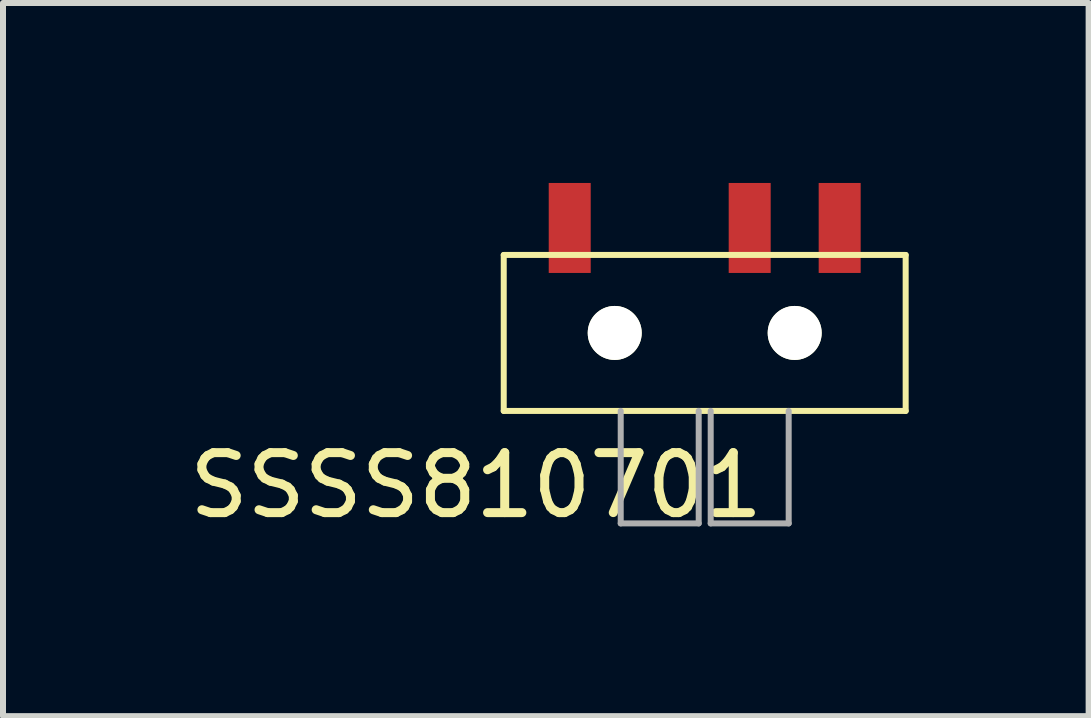
<source format=kicad_pcb>
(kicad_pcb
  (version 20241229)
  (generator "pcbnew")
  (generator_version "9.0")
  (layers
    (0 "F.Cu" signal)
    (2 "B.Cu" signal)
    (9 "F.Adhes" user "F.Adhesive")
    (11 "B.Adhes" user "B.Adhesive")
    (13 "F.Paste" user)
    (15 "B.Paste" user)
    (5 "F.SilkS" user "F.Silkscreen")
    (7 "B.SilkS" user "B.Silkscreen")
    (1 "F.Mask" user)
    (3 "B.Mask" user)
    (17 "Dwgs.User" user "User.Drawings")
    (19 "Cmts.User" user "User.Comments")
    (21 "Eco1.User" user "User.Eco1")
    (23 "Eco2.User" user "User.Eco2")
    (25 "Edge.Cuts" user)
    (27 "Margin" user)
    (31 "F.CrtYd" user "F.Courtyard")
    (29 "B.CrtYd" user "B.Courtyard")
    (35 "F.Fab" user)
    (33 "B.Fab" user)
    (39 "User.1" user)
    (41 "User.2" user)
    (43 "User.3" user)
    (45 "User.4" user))
  (footprint "SSSS810701"
    (layer "F.Cu")
    (at 8.697 2.5)
    (property "Reference" "SSSS810701" (at -3.81 2.54 0) (layer "F.SilkS") (effects (font (size 1 1) (thickness 0.15))))
    (attr through_hole)
    (fp_line (start -3.35 -1.3) (end 3.35 -1.3) (stroke (width 0.1) (type solid)) (layer "F.SilkS"))
    (fp_line (start -3.35 1.3) (end -3.35 -1.3) (stroke (width 0.1) (type solid)) (layer "F.SilkS"))
    (fp_line (start -3.35 1.3) (end 3.35 1.3) (stroke (width 0.1) (type solid)) (layer "F.SilkS"))
    (fp_line (start 3.35 1.3) (end 3.35 -1.3) (stroke (width 0.1) (type solid)) (layer "F.SilkS"))
    (fp_line (start -1.4 1.3) (end -1.4 3.175) (stroke (width 0.1) (type solid)) (layer "F.Fab"))
    (fp_line (start -1.4 3.175) (end -0.1 3.175) (stroke (width 0.1) (type solid)) (layer "F.Fab"))
    (fp_line (start -0.1 3.175) (end -0.1 1.3) (stroke (width 0.1) (type solid)) (layer "F.Fab"))
    (fp_line (start 0.1 1.3) (end 0.1 3.175) (stroke (width 0.1) (type solid)) (layer "F.Fab"))
    (fp_line (start 0.1 3.175) (end 1.4 3.175) (stroke (width 0.1) (type solid)) (layer "F.Fab"))
    (fp_line (start 1.4 3.175) (end 1.4 1.3) (stroke (width 0.1) (type solid)) (layer "F.Fab"))
    (pad "" np_thru_hole circle (at -1.5 0) (size 0.9 0.9) (drill 0.9) (layers "*.Cu" "*.Mask" "F.SilkS"))
    (pad "" np_thru_hole circle (at 1.5 0) (size 0.9 0.9) (drill 0.9) (layers "*.Cu" "*.Mask" "F.SilkS"))
    (pad "1" smd rect (at -2.25 -1.75) (size 0.7 1.5) (layers "F.Cu" "F.Mask" "F.Paste"))
    (pad "2" smd rect (at 0.75 -1.75) (size 0.7 1.5) (layers "F.Cu" "F.Mask" "F.Paste"))
    (pad "3" smd rect (at 2.25 -1.75) (size 0.7 1.5) (layers "F.Cu" "F.Mask" "F.Paste")))
  (gr_rect
    (start -3 -3)
    (end 15.097 8.888)
    (stroke (width 0.1) (type default))
    (fill no)
    (layer "Edge.Cuts")))
</source>
